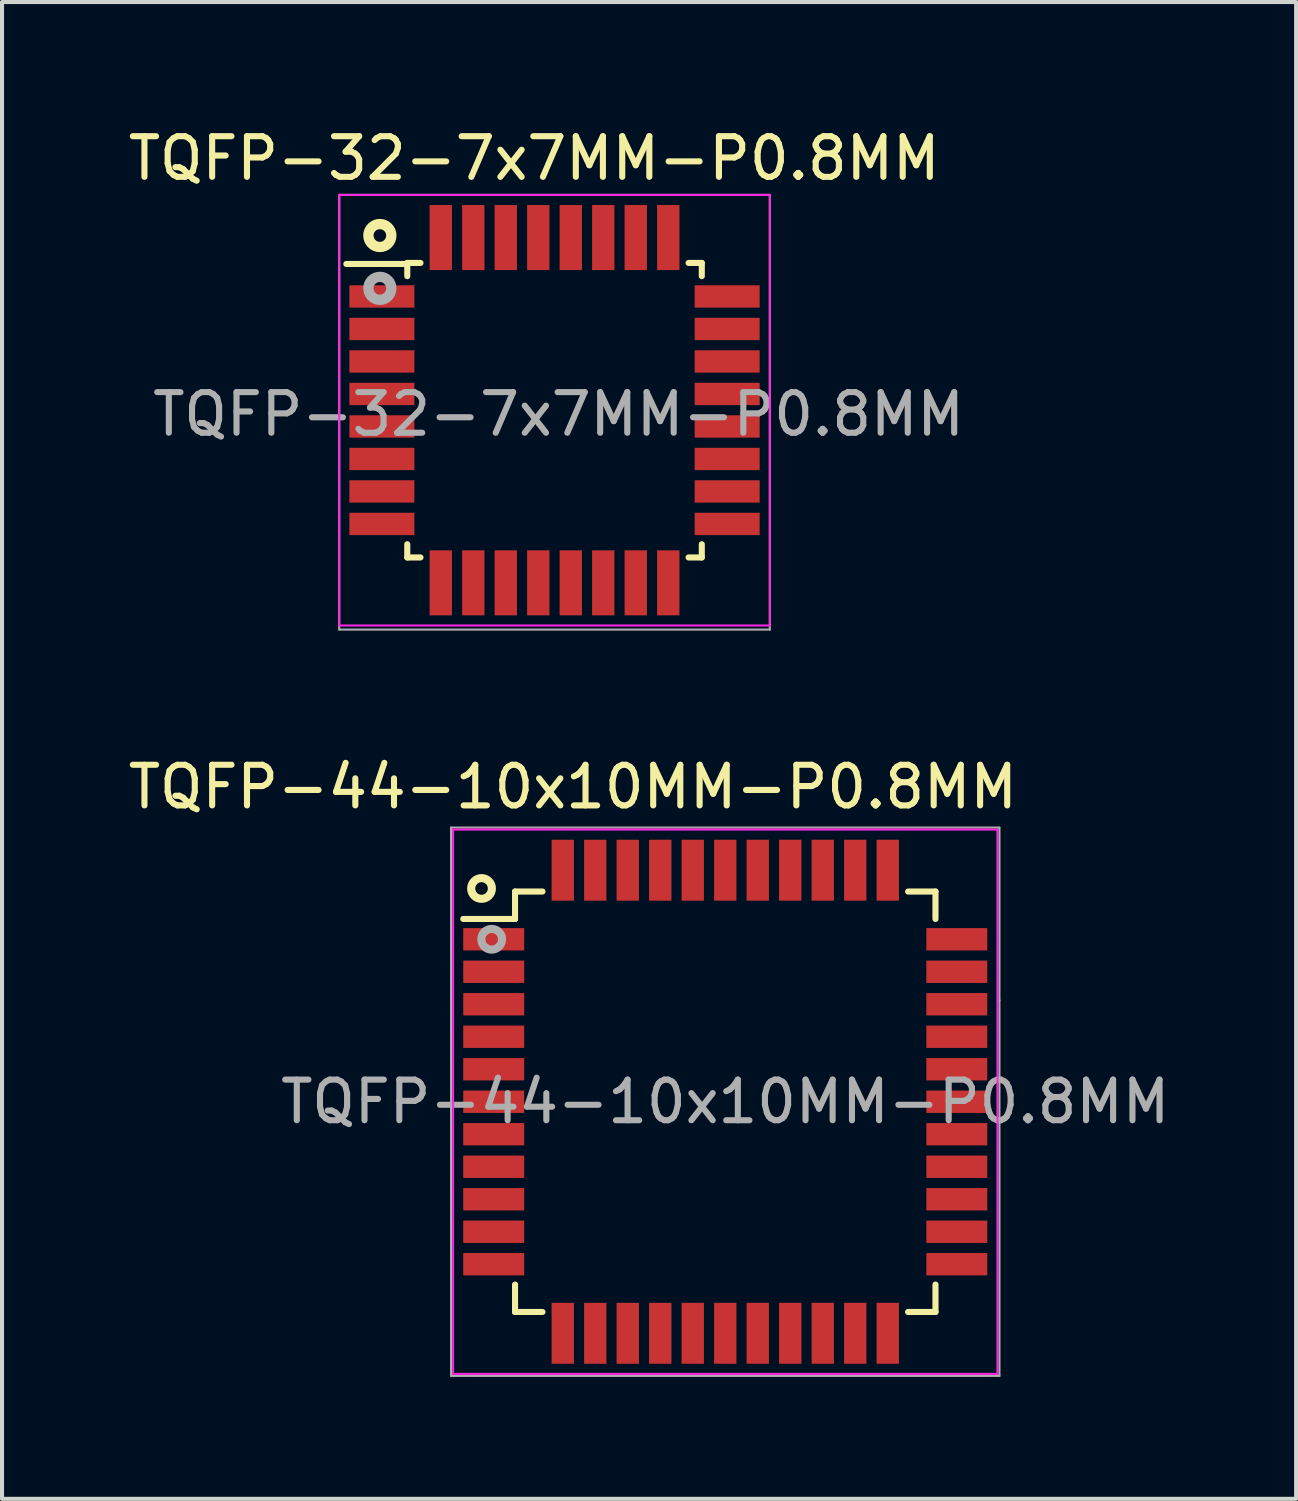
<source format=kicad_pcb>
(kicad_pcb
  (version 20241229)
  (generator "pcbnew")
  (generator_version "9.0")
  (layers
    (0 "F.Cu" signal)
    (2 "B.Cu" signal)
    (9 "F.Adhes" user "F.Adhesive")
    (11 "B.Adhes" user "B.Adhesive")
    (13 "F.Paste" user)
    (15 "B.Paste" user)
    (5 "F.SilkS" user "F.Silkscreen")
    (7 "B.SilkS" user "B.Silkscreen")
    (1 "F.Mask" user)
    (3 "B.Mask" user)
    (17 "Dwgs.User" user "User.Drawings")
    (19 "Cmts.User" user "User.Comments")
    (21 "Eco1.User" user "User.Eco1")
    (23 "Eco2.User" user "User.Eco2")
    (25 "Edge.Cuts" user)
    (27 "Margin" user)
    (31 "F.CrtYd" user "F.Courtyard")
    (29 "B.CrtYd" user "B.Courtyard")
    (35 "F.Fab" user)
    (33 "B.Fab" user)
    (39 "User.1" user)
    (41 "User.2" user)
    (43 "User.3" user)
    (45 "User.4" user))
  (footprint "TQFP-44-10x10MM-P0.8MM"
    (layer "F.Cu")
    (at 14.804 24.072)
    (property "Reference" "TQFP-44-10x10MM-P0.8MM" (at 0 0 0) (layer "F.Fab") (effects (font (size 1 1) (thickness 0.15))))
    (attr smd)
    (fp_line (start -5.175 -5.175) (end -5.175 -4.5) (stroke (width 0.15) (type solid)) (layer "F.SilkS"))
    (fp_line (start -5.175 -5.175) (end -4.5 -5.175) (stroke (width 0.15) (type solid)) (layer "F.SilkS"))
    (fp_line (start -5.175 -4.5) (end -6.45 -4.5) (stroke (width 0.15) (type solid)) (layer "F.SilkS"))
    (fp_line (start -5.175 5.175) (end -5.175 4.5) (stroke (width 0.15) (type solid)) (layer "F.SilkS"))
    (fp_line (start -5.175 5.175) (end -4.5 5.175) (stroke (width 0.15) (type solid)) (layer "F.SilkS"))
    (fp_line (start 5.175 -5.175) (end 4.5 -5.175) (stroke (width 0.15) (type solid)) (layer "F.SilkS"))
    (fp_line (start 5.175 -5.175) (end 5.175 -4.5) (stroke (width 0.15) (type solid)) (layer "F.SilkS"))
    (fp_line (start 5.175 5.175) (end 4.5 5.175) (stroke (width 0.15) (type solid)) (layer "F.SilkS"))
    (fp_line (start 5.175 5.175) (end 5.175 4.5) (stroke (width 0.15) (type solid)) (layer "F.SilkS"))
    (fp_circle (center -6 -5.25) (end -5.95 -5) (stroke (width 0.2) (type solid)) (fill no) (layer "F.SilkS"))
    (fp_line (start -6.7 -6.7) (end -6.7 6.7) (stroke (width 0.05) (type solid)) (layer "F.CrtYd"))
    (fp_line (start -6.7 -6.7) (end 6.7 -6.7) (stroke (width 0.05) (type solid)) (layer "F.CrtYd"))
    (fp_line (start -6.7 6.7) (end 6.7 6.7) (stroke (width 0.05) (type solid)) (layer "F.CrtYd"))
    (fp_line (start 6.7 -6.7) (end 6.7 6.7) (stroke (width 0.05) (type solid)) (layer "F.CrtYd"))
    (fp_line (start -6.75 -6.75) (end 6.75 -6.75) (stroke (width 0.05) (type solid)) (layer "F.Fab"))
    (fp_line (start -6.75 6.75) (end -6.75 -6.75) (stroke (width 0.05) (type solid)) (layer "F.Fab"))
    (fp_line (start 6.75 -6.75) (end 6.75 -2.5) (stroke (width 0.05) (type solid)) (layer "F.Fab"))
    (fp_line (start 6.75 -2.5) (end 6.75 6.75) (stroke (width 0.05) (type solid)) (layer "F.Fab"))
    (fp_line (start 6.75 6.75) (end -6.75 6.75) (stroke (width 0.05) (type solid)) (layer "F.Fab"))
    (fp_circle (center -5.75 -4) (end -5.7 -3.75) (stroke (width 0.2) (type solid)) (fill no) (layer "F.Fab"))
    (fp_text user "${REFERENCE}" (at -3.75 -7.75 0) (layer "F.SilkS") (effects (font (size 1 1) (thickness 0.15))))
    (pad "1" smd rect (at -5.7 -4) (size 1.5 0.55) (layers "F.Cu" "F.Mask" "F.Paste"))
    (pad "2" smd rect (at -5.7 -3.2) (size 1.5 0.55) (layers "F.Cu" "F.Mask" "F.Paste"))
    (pad "3" smd rect (at -5.7 -2.4) (size 1.5 0.55) (layers "F.Cu" "F.Mask" "F.Paste"))
    (pad "4" smd rect (at -5.7 -1.6) (size 1.5 0.55) (layers "F.Cu" "F.Mask" "F.Paste"))
    (pad "5" smd rect (at -5.7 -0.8) (size 1.5 0.55) (layers "F.Cu" "F.Mask" "F.Paste"))
    (pad "6" smd rect (at -5.7 0) (size 1.5 0.55) (layers "F.Cu" "F.Mask" "F.Paste"))
    (pad "7" smd rect (at -5.7 0.8) (size 1.5 0.55) (layers "F.Cu" "F.Mask" "F.Paste"))
    (pad "8" smd rect (at -5.7 1.6) (size 1.5 0.55) (layers "F.Cu" "F.Mask" "F.Paste"))
    (pad "9" smd rect (at -5.7 2.4) (size 1.5 0.55) (layers "F.Cu" "F.Mask" "F.Paste"))
    (pad "10" smd rect (at -5.7 3.2) (size 1.5 0.55) (layers "F.Cu" "F.Mask" "F.Paste"))
    (pad "11" smd rect (at -5.7 4) (size 1.5 0.55) (layers "F.Cu" "F.Mask" "F.Paste"))
    (pad "12" smd rect (at -4 5.7 90) (size 1.5 0.55) (layers "F.Cu" "F.Mask" "F.Paste"))
    (pad "13" smd rect (at -3.2 5.7 90) (size 1.5 0.55) (layers "F.Cu" "F.Mask" "F.Paste"))
    (pad "14" smd rect (at -2.4 5.7 90) (size 1.5 0.55) (layers "F.Cu" "F.Mask" "F.Paste"))
    (pad "15" smd rect (at -1.6 5.7 90) (size 1.5 0.55) (layers "F.Cu" "F.Mask" "F.Paste"))
    (pad "16" smd rect (at -0.8 5.7 90) (size 1.5 0.55) (layers "F.Cu" "F.Mask" "F.Paste"))
    (pad "17" smd rect (at 0 5.7 90) (size 1.5 0.55) (layers "F.Cu" "F.Mask" "F.Paste"))
    (pad "18" smd rect (at 0.8 5.7 90) (size 1.5 0.55) (layers "F.Cu" "F.Mask" "F.Paste"))
    (pad "19" smd rect (at 1.6 5.7 90) (size 1.5 0.55) (layers "F.Cu" "F.Mask" "F.Paste"))
    (pad "20" smd rect (at 2.4 5.7 90) (size 1.5 0.55) (layers "F.Cu" "F.Mask" "F.Paste"))
    (pad "21" smd rect (at 3.2 5.7 90) (size 1.5 0.55) (layers "F.Cu" "F.Mask" "F.Paste"))
    (pad "22" smd rect (at 4 5.7 90) (size 1.5 0.55) (layers "F.Cu" "F.Mask" "F.Paste"))
    (pad "23" smd rect (at 5.7 4) (size 1.5 0.55) (layers "F.Cu" "F.Mask" "F.Paste"))
    (pad "24" smd rect (at 5.7 3.2) (size 1.5 0.55) (layers "F.Cu" "F.Mask" "F.Paste"))
    (pad "25" smd rect (at 5.7 2.4) (size 1.5 0.55) (layers "F.Cu" "F.Mask" "F.Paste"))
    (pad "26" smd rect (at 5.7 1.6) (size 1.5 0.55) (layers "F.Cu" "F.Mask" "F.Paste"))
    (pad "27" smd rect (at 5.7 0.8) (size 1.5 0.55) (layers "F.Cu" "F.Mask" "F.Paste"))
    (pad "28" smd rect (at 5.7 0) (size 1.5 0.55) (layers "F.Cu" "F.Mask" "F.Paste"))
    (pad "29" smd rect (at 5.7 -0.8) (size 1.5 0.55) (layers "F.Cu" "F.Mask" "F.Paste"))
    (pad "30" smd rect (at 5.7 -1.6) (size 1.5 0.55) (layers "F.Cu" "F.Mask" "F.Paste"))
    (pad "31" smd rect (at 5.7 -2.4) (size 1.5 0.55) (layers "F.Cu" "F.Mask" "F.Paste"))
    (pad "32" smd rect (at 5.7 -3.2) (size 1.5 0.55) (layers "F.Cu" "F.Mask" "F.Paste"))
    (pad "33" smd rect (at 5.7 -4) (size 1.5 0.55) (layers "F.Cu" "F.Mask" "F.Paste"))
    (pad "34" smd rect (at 4 -5.7 90) (size 1.5 0.55) (layers "F.Cu" "F.Mask" "F.Paste"))
    (pad "35" smd rect (at 3.2 -5.7 90) (size 1.5 0.55) (layers "F.Cu" "F.Mask" "F.Paste"))
    (pad "36" smd rect (at 2.4 -5.7 90) (size 1.5 0.55) (layers "F.Cu" "F.Mask" "F.Paste"))
    (pad "37" smd rect (at 1.6 -5.7 90) (size 1.5 0.55) (layers "F.Cu" "F.Mask" "F.Paste"))
    (pad "38" smd rect (at 0.8 -5.7 90) (size 1.5 0.55) (layers "F.Cu" "F.Mask" "F.Paste"))
    (pad "39" smd rect (at 0 -5.7 90) (size 1.5 0.55) (layers "F.Cu" "F.Mask" "F.Paste"))
    (pad "40" smd rect (at -0.8 -5.7 90) (size 1.5 0.55) (layers "F.Cu" "F.Mask" "F.Paste"))
    (pad "41" smd rect (at -1.6 -5.7 90) (size 1.5 0.55) (layers "F.Cu" "F.Mask" "F.Paste"))
    (pad "42" smd rect (at -2.4 -5.7 90) (size 1.5 0.55) (layers "F.Cu" "F.Mask" "F.Paste"))
    (pad "43" smd rect (at -3.2 -5.7 90) (size 1.5 0.55) (layers "F.Cu" "F.Mask" "F.Paste"))
    (pad "44" smd rect (at -4 -5.7 90) (size 1.5 0.55) (layers "F.Cu" "F.Mask" "F.Paste")))
  (footprint "TQFP-32-7x7MM-P0.8MM"
    (layer "F.Cu")
    (at 10.601 7.048)
    (property "Reference" "TQFP-32-7x7MM-P0.8MM" (at 0.1 0.1 0) (layer "F.Fab") (effects (font (size 1 1) (thickness 0.15))))
    (attr smd)
    (fp_line (start -3.7 -3.6) (end -5.125 -3.6) (stroke (width 0.15) (type solid)) (layer "F.SilkS"))
    (fp_line (start -3.625 -3.625) (end -3.625 -3.3) (stroke (width 0.15) (type solid)) (layer "F.SilkS"))
    (fp_line (start -3.625 -3.625) (end -3.3 -3.625) (stroke (width 0.15) (type solid)) (layer "F.SilkS"))
    (fp_line (start -3.625 3.625) (end -3.625 3.3) (stroke (width 0.15) (type solid)) (layer "F.SilkS"))
    (fp_line (start -3.625 3.625) (end -3.3 3.625) (stroke (width 0.15) (type solid)) (layer "F.SilkS"))
    (fp_line (start 3.625 -3.625) (end 3.3 -3.625) (stroke (width 0.15) (type solid)) (layer "F.SilkS"))
    (fp_line (start 3.625 -3.625) (end 3.625 -3.3) (stroke (width 0.15) (type solid)) (layer "F.SilkS"))
    (fp_line (start 3.625 3.625) (end 3.3 3.625) (stroke (width 0.15) (type solid)) (layer "F.SilkS"))
    (fp_line (start 3.625 3.625) (end 3.625 3.3) (stroke (width 0.15) (type solid)) (layer "F.SilkS"))
    (fp_circle (center -4.3 -4.3) (end -4.1 -4.1) (stroke (width 0.254) (type solid)) (fill no) (layer "F.SilkS"))
    (fp_line (start -5.3 -5.3) (end -5.3 5.3) (stroke (width 0.05) (type solid)) (layer "F.CrtYd"))
    (fp_line (start -5.3 -5.3) (end 5.3 -5.3) (stroke (width 0.05) (type solid)) (layer "F.CrtYd"))
    (fp_line (start -5.3 5.3) (end 5.3 5.3) (stroke (width 0.05) (type solid)) (layer "F.CrtYd"))
    (fp_line (start 5.3 -5.3) (end 5.3 5.3) (stroke (width 0.05) (type solid)) (layer "F.CrtYd"))
    (fp_line (start -5.3 -5.3) (end -5.3 5.4) (stroke (width 0.051) (type solid)) (layer "F.Fab"))
    (fp_line (start -5.3 5.4) (end 5.3 5.4) (stroke (width 0.051) (type solid)) (layer "F.Fab"))
    (fp_line (start 5.3 -5.3) (end -5.3 -5.3) (stroke (width 0.051) (type solid)) (layer "F.Fab"))
    (fp_line (start 5.3 5.4) (end 5.3 -5.3) (stroke (width 0.051) (type solid)) (layer "F.Fab"))
    (fp_circle (center -4.3 -3) (end -4.1 -2.8) (stroke (width 0.254) (type solid)) (fill no) (layer "F.Fab"))
    (fp_text user "${REFERENCE}" (at -0.5 -6.2 0) (layer "F.SilkS") (effects (font (size 1 1) (thickness 0.15))))
    (pad "1" smd rect (at -4.25 -2.8) (size 1.6 0.55) (layers "F.Cu" "F.Mask" "F.Paste"))
    (pad "2" smd rect (at -4.25 -2) (size 1.6 0.55) (layers "F.Cu" "F.Mask" "F.Paste"))
    (pad "3" smd rect (at -4.25 -1.2) (size 1.6 0.55) (layers "F.Cu" "F.Mask" "F.Paste"))
    (pad "4" smd rect (at -4.25 -0.4) (size 1.6 0.55) (layers "F.Cu" "F.Mask" "F.Paste"))
    (pad "5" smd rect (at -4.25 0.4) (size 1.6 0.55) (layers "F.Cu" "F.Mask" "F.Paste"))
    (pad "6" smd rect (at -4.25 1.2) (size 1.6 0.55) (layers "F.Cu" "F.Mask" "F.Paste"))
    (pad "7" smd rect (at -4.25 2) (size 1.6 0.55) (layers "F.Cu" "F.Mask" "F.Paste"))
    (pad "8" smd rect (at -4.25 2.8) (size 1.6 0.55) (layers "F.Cu" "F.Mask" "F.Paste"))
    (pad "9" smd rect (at -2.8 4.25 90) (size 1.6 0.55) (layers "F.Cu" "F.Mask" "F.Paste"))
    (pad "10" smd rect (at -2 4.25 90) (size 1.6 0.55) (layers "F.Cu" "F.Mask" "F.Paste"))
    (pad "11" smd rect (at -1.2 4.25 90) (size 1.6 0.55) (layers "F.Cu" "F.Mask" "F.Paste"))
    (pad "12" smd rect (at -0.4 4.25 90) (size 1.6 0.55) (layers "F.Cu" "F.Mask" "F.Paste"))
    (pad "13" smd rect (at 0.4 4.25 90) (size 1.6 0.55) (layers "F.Cu" "F.Mask" "F.Paste"))
    (pad "14" smd rect (at 1.2 4.25 90) (size 1.6 0.55) (layers "F.Cu" "F.Mask" "F.Paste"))
    (pad "15" smd rect (at 2 4.25 90) (size 1.6 0.55) (layers "F.Cu" "F.Mask" "F.Paste"))
    (pad "16" smd rect (at 2.8 4.25 90) (size 1.6 0.55) (layers "F.Cu" "F.Mask" "F.Paste"))
    (pad "17" smd rect (at 4.25 2.8) (size 1.6 0.55) (layers "F.Cu" "F.Mask" "F.Paste"))
    (pad "18" smd rect (at 4.25 2) (size 1.6 0.55) (layers "F.Cu" "F.Mask" "F.Paste"))
    (pad "19" smd rect (at 4.25 1.2) (size 1.6 0.55) (layers "F.Cu" "F.Mask" "F.Paste"))
    (pad "20" smd rect (at 4.25 0.4) (size 1.6 0.55) (layers "F.Cu" "F.Mask" "F.Paste"))
    (pad "21" smd rect (at 4.25 -0.4) (size 1.6 0.55) (layers "F.Cu" "F.Mask" "F.Paste"))
    (pad "22" smd rect (at 4.25 -1.2) (size 1.6 0.55) (layers "F.Cu" "F.Mask" "F.Paste"))
    (pad "23" smd rect (at 4.25 -2) (size 1.6 0.55) (layers "F.Cu" "F.Mask" "F.Paste"))
    (pad "24" smd rect (at 4.25 -2.8) (size 1.6 0.55) (layers "F.Cu" "F.Mask" "F.Paste"))
    (pad "25" smd rect (at 2.8 -4.25 90) (size 1.6 0.55) (layers "F.Cu" "F.Mask" "F.Paste"))
    (pad "26" smd rect (at 2 -4.25 90) (size 1.6 0.55) (layers "F.Cu" "F.Mask" "F.Paste"))
    (pad "27" smd rect (at 1.2 -4.25 90) (size 1.6 0.55) (layers "F.Cu" "F.Mask" "F.Paste"))
    (pad "28" smd rect (at 0.4 -4.25 90) (size 1.6 0.55) (layers "F.Cu" "F.Mask" "F.Paste"))
    (pad "29" smd rect (at -0.4 -4.25 90) (size 1.6 0.55) (layers "F.Cu" "F.Mask" "F.Paste"))
    (pad "30" smd rect (at -1.2 -4.25 90) (size 1.6 0.55) (layers "F.Cu" "F.Mask" "F.Paste"))
    (pad "31" smd rect (at -2 -4.25 90) (size 1.6 0.55) (layers "F.Cu" "F.Mask" "F.Paste"))
    (pad "32" smd rect (at -2.8 -4.25 90) (size 1.6 0.55) (layers "F.Cu" "F.Mask" "F.Paste")))
  (gr_rect
    (start -3 -3)
    (end 28.857 33.847)
    (stroke (width 0.1) (type default))
    (fill no)
    (layer "Edge.Cuts")))
</source>
